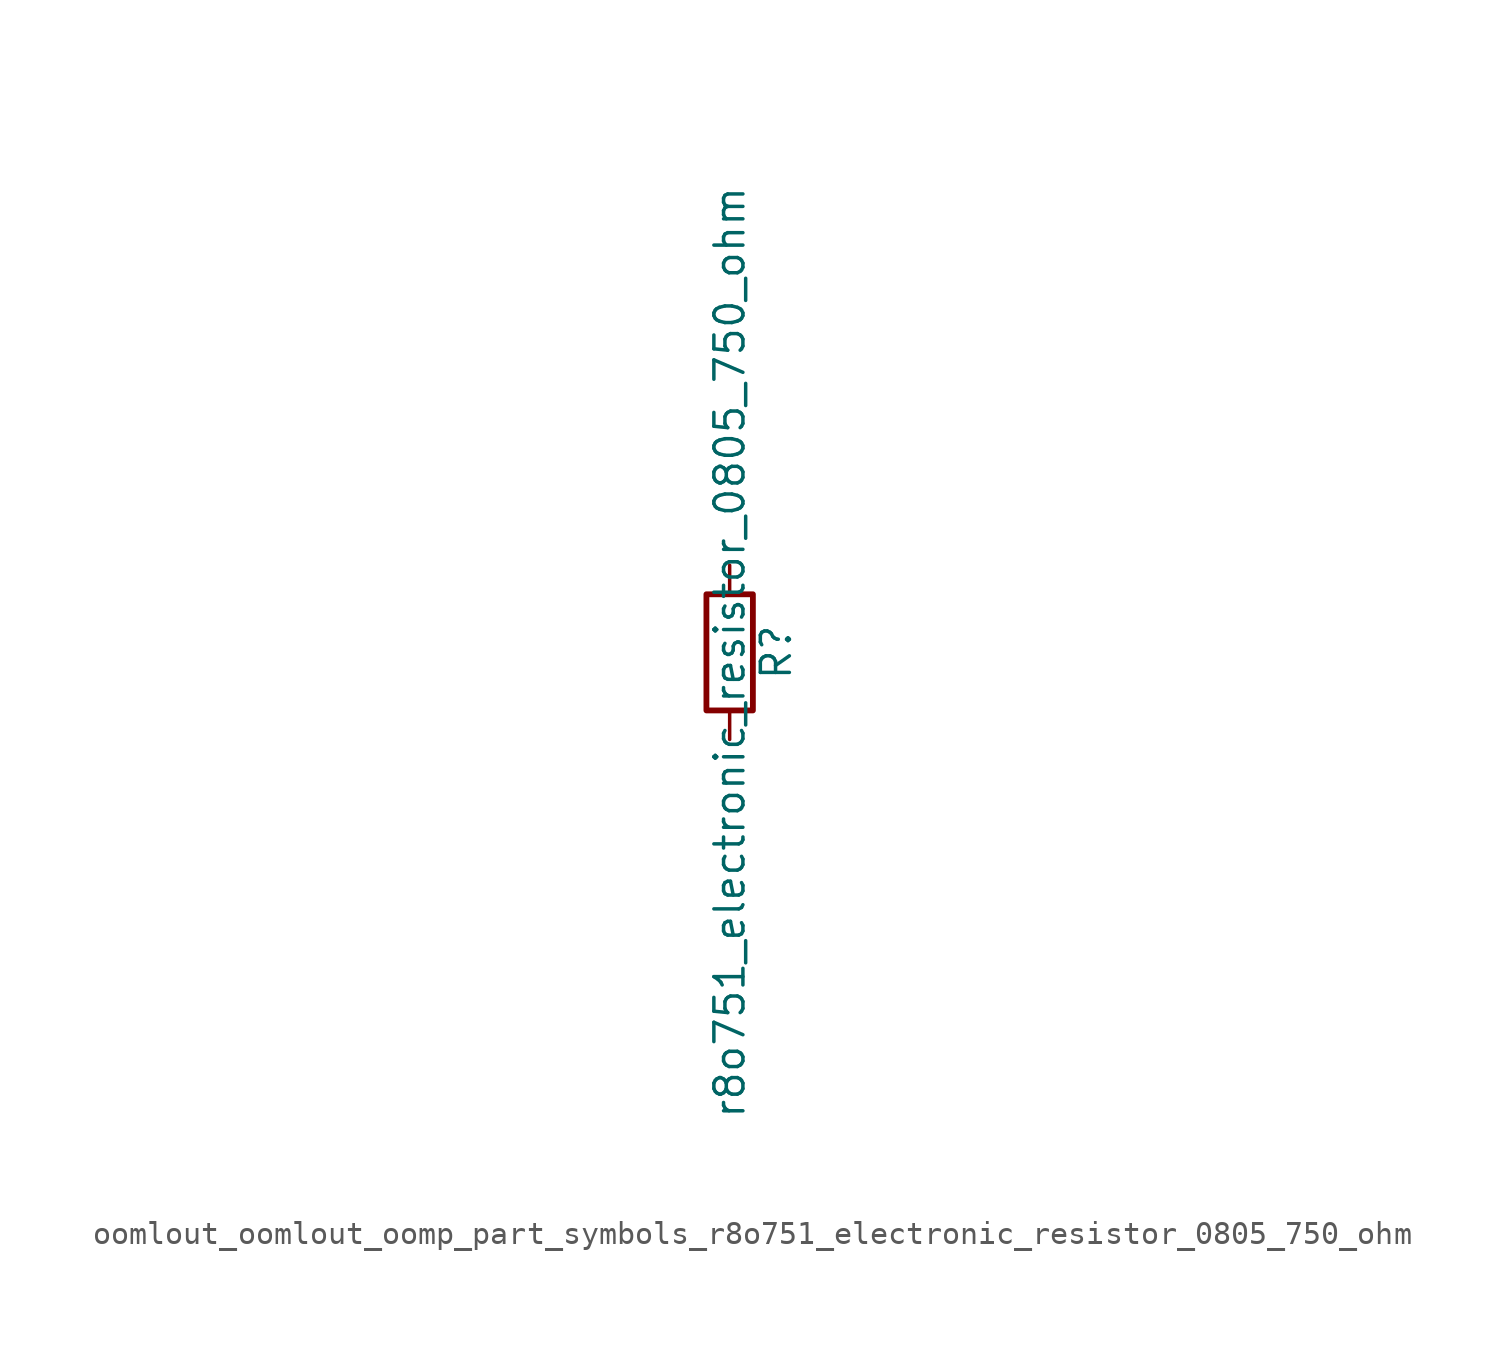
<source format=kicad_sym>
(kicad_symbol_lib
  (version 20220914)
  (generator kicad_symbol_editor)
  (symbol "oomlout_oomlout_oomp_part_symbols_r8o751_electronic_resistor_0805_750_ohm"
    (pin_numbers hide)
    (pin_names
      (offset 0))
    (property "Reference" "R"
      (at 2.032 0 90)
      (effects (font (size 1.27 1.27))))
    (property "Value" "r8o751_electronic_resistor_0805_750_ohm"
      (at 0 0 90)
      (effects (font (size 1.27 1.27))))
    (symbol "oomlout_oomlout_oomp_part_symbols_r8o751_electronic_resistor_0805_750_ohm_0_1"
      (rectangle (start -1.016 -2.54) (end 1.016 2.54) (stroke (width 0.254) (type default)) (fill (type none))))
    (symbol "oomlout_oomlout_oomp_part_symbols_r8o751_electronic_resistor_0805_750_ohm_1_1"
      (pin passive line (at 0 3.81 270) (length 1.27) (name "~" (effects (font (size 1.27 1.27)))) (number "1" (effects (font (size 1.27 1.27)))))
      (pin passive line (at 0 -3.81 90) (length 1.27) (name "~" (effects (font (size 1.27 1.27)))) (number "2" (effects (font (size 1.27 1.27))))))))
</source>
